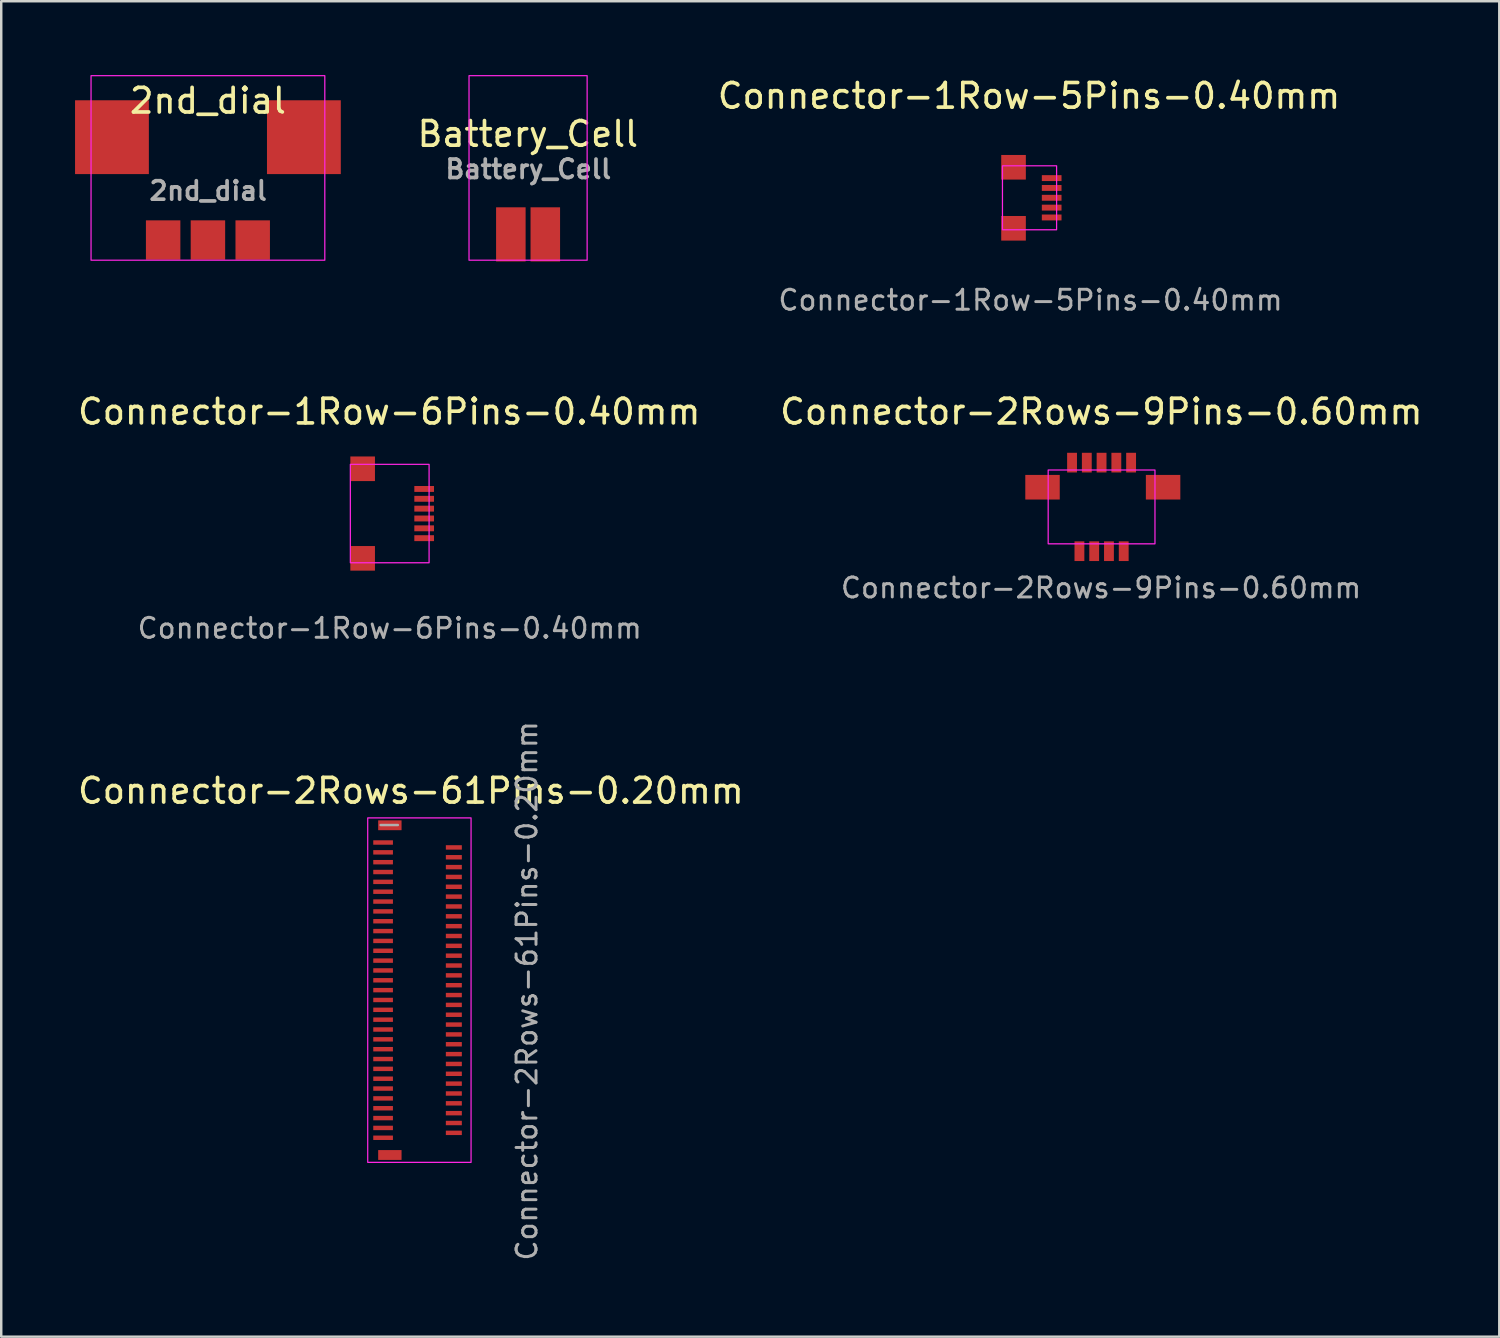
<source format=kicad_pcb>
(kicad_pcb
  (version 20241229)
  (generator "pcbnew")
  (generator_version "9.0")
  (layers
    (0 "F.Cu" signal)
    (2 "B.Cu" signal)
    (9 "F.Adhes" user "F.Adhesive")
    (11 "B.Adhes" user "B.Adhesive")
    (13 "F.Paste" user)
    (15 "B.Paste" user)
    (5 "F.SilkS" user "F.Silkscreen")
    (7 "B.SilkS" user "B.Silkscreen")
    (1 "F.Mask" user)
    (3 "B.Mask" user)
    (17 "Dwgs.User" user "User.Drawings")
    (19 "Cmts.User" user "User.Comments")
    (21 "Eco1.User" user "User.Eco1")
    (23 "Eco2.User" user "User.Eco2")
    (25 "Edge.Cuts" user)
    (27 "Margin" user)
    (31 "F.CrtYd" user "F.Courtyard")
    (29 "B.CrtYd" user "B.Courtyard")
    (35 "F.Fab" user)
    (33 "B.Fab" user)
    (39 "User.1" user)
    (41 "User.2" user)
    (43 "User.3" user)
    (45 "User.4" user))
  (footprint "2nd_dial"
    (layer "F.Cu")
    (at 5.4 2.525)
    (property "Reference" "2nd_dial" (at 0 -1.48 0) (layer "F.SilkS") (effects (font (size 1 1) (thickness 0.15))))
    (attr smd)
    (fp_rect (start -4.75 -2.5) (end 4.75 5) (stroke (width 0.05) (type default)) (fill no) (layer "F.CrtYd"))
    (fp_text user "${REFERENCE}" (at 0.01 2.18 0) (layer "F.Fab") (effects (font (size 0.75 0.75) (thickness 0.15))))
    (pad "" smd roundrect (at -3.9 0) (size 1.4 2) (layers "F.Mask" "F.Paste") (roundrect_rratio 0.1))
    (pad "" smd roundrect (at -1.82 4.18) (size 1 1) (layers "F.Mask" "F.Paste") (roundrect_rratio 0.179))
    (pad "" smd roundrect (at 0.01 4.2) (size 1 1) (layers "F.Mask" "F.Paste") (roundrect_rratio 0.179))
    (pad "" smd roundrect (at 1.83 4.2) (size 1 1) (layers "F.Mask" "F.Paste") (roundrect_rratio 0.179))
    (pad "" smd roundrect (at 3.91 0.01) (size 1.4 2) (layers "F.Mask" "F.Paste") (roundrect_rratio 0.1))
    (pad "1" smd rect (at -1.82 4.18) (size 1.4 1.6) (layers "F.Cu"))
    (pad "2" smd rect (at 0 4.18) (size 1.4 1.6) (layers "F.Cu"))
    (pad "3" smd rect (at 1.82 4.18) (size 1.4 1.6) (layers "F.Cu"))
    (pad "SH" smd rect (at -3.9 0) (size 3 3) (layers "F.Cu"))
    (pad "SH" smd rect (at 3.9 0) (size 3 3) (layers "F.Cu")))
  (footprint "Connector-1Row-6Pins-0.40mm"
    (layer "F.Cu")
    (at 12.788 17.821)
    (property "Reference" "Connector-1Row-6Pins-0.40mm" (at -0.02 -4.14 0) (layer "F.SilkS") (effects (font (size 1 1) (thickness 0.15))))
    (attr smd)
    (fp_rect (start -1.6 -2) (end 1.6 2) (stroke (width 0.05) (type solid)) (fill no) (layer "F.CrtYd"))
    (fp_text user "${REFERENCE}" (at 0 4.66 0) (layer "F.Fab") (effects (font (size 0.81 0.81) (thickness 0.12))))
    (pad "" smd roundrect (at -1.1 1.82) (size 0.5 0.5) (layers "F.Mask" "F.Paste") (roundrect_rratio 0.25))
    (pad "" smd roundrect (at -1.09 -1.82) (size 0.5 0.5) (layers "F.Mask" "F.Paste") (roundrect_rratio 0.25))
    (pad "1" smd rect (at 1.4 -1) (size 0.8 0.24) (layers "F.Cu" "F.Mask" "F.Paste"))
    (pad "2" smd rect (at 1.4 -0.6) (size 0.8 0.24) (layers "F.Cu" "F.Mask" "F.Paste"))
    (pad "3" smd rect (at 1.4 -0.2) (size 0.8 0.24) (layers "F.Cu" "F.Mask" "F.Paste"))
    (pad "4" smd rect (at 1.4 0.2) (size 0.8 0.24) (layers "F.Cu" "F.Mask" "F.Paste"))
    (pad "5" smd rect (at 1.4 0.6) (size 0.8 0.24) (layers "F.Cu" "F.Mask" "F.Paste"))
    (pad "6" smd rect (at 1.4 1) (size 0.8 0.24) (layers "F.Cu" "F.Mask" "F.Paste"))
    (pad "SH" smd rect (at -1.1 -1.82) (size 1 1) (layers "F.Cu"))
    (pad "SH" smd rect (at -1.1 1.82) (size 1 1) (layers "F.Cu")))
  (footprint "Battery_Cell"
    (layer "F.Cu")
    (at 18.411 3.775)
    (property "Reference" "Battery_Cell" (at -0.01 -1.38 0) (layer "F.SilkS") (effects (font (size 1 1) (thickness 0.15))))
    (attr smd)
    (fp_rect (start -2.4 -3.75) (end 2.4 3.75) (stroke (width 0.05) (type default)) (fill no) (layer "F.CrtYd"))
    (fp_text user "${REFERENCE}" (at 0.01 0.05 0) (layer "F.Fab") (effects (font (size 0.75 0.75) (thickness 0.15))))
    (pad "" smd roundrect (at -0.7 2.8) (size 0.8 1.4) (layers "F.Mask" "F.Paste") (roundrect_rratio 0.1))
    (pad "" smd roundrect (at 0.7 2.8) (size 0.8 1.4) (layers "F.Mask" "F.Paste") (roundrect_rratio 0.1))
    (pad "1" smd rect (at 0.7 2.7) (size 1.2 2.2) (layers "F.Cu"))
    (pad "2" smd rect (at -0.7 2.7) (size 1.2 2.2) (layers "F.Cu")))
  (footprint "Connector-2Rows-61Pins-0.20mm"
    (layer "F.Cu")
    (at 13.994 37.189)
    (property "Reference" "Connector-2Rows-61Pins-0.20mm" (at -0.345 -8.1 0) (layer "F.SilkS") (effects (font (size 1 1) (thickness 0.15))))
    (attr smd)
    (fp_rect (start -2.1 -7) (end 2.1 7) (stroke (width 0.05) (type solid)) (fill no) (layer "F.CrtYd"))
    (fp_line (start -1.575 -6.71) (end -0.875 -6.71) (stroke (width 0.1) (type solid)) (layer "F.Fab"))
    (fp_text user "${REFERENCE}" (at 4.37 0.03 90) (layer "F.Fab") (effects (font (size 0.81 0.81) (thickness 0.12))))
    (pad "" smd rect (at -1.2 -6.7) (size 0.95 0.4) (layers "F.Cu" "F.Mask" "F.Paste"))
    (pad "" smd rect (at -1.2 6.7) (size 0.95 0.4) (layers "F.Cu" "F.Mask" "F.Paste"))
    (pad "1" smd rect (at -1.475 -6) (size 0.8 0.18) (layers "F.Cu" "F.Mask" "F.Paste"))
    (pad "2" smd rect (at 1.4 -5.8) (size 0.65 0.18) (layers "F.Cu" "F.Mask" "F.Paste"))
    (pad "3" smd rect (at -1.475 -5.6) (size 0.8 0.18) (layers "F.Cu" "F.Mask" "F.Paste"))
    (pad "4" smd rect (at 1.4 -5.4) (size 0.65 0.18) (layers "F.Cu" "F.Mask" "F.Paste"))
    (pad "5" smd rect (at -1.475 -5.2) (size 0.8 0.18) (layers "F.Cu" "F.Mask" "F.Paste"))
    (pad "6" smd rect (at 1.4 -5) (size 0.65 0.18) (layers "F.Cu" "F.Mask" "F.Paste"))
    (pad "7" smd rect (at -1.475 -4.8) (size 0.8 0.18) (layers "F.Cu" "F.Mask" "F.Paste"))
    (pad "8" smd rect (at 1.4 -4.6) (size 0.65 0.18) (layers "F.Cu" "F.Mask" "F.Paste"))
    (pad "9" smd rect (at -1.475 -4.4) (size 0.8 0.18) (layers "F.Cu" "F.Mask" "F.Paste"))
    (pad "10" smd rect (at 1.4 -4.2) (size 0.65 0.18) (layers "F.Cu" "F.Mask" "F.Paste"))
    (pad "11" smd rect (at -1.475 -4) (size 0.8 0.18) (layers "F.Cu" "F.Mask" "F.Paste"))
    (pad "12" smd rect (at 1.4 -3.8) (size 0.65 0.18) (layers "F.Cu" "F.Mask" "F.Paste"))
    (pad "13" smd rect (at -1.475 -3.6) (size 0.8 0.18) (layers "F.Cu" "F.Mask" "F.Paste"))
    (pad "14" smd rect (at 1.4 -3.4) (size 0.65 0.18) (layers "F.Cu" "F.Mask" "F.Paste"))
    (pad "15" smd rect (at -1.475 -3.2) (size 0.8 0.18) (layers "F.Cu" "F.Mask" "F.Paste"))
    (pad "16" smd rect (at 1.4 -3) (size 0.65 0.18) (layers "F.Cu" "F.Mask" "F.Paste"))
    (pad "17" smd rect (at -1.475 -2.8) (size 0.8 0.18) (layers "F.Cu" "F.Mask" "F.Paste"))
    (pad "18" smd rect (at 1.4 -2.6) (size 0.65 0.18) (layers "F.Cu" "F.Mask" "F.Paste"))
    (pad "19" smd rect (at -1.475 -2.4) (size 0.8 0.18) (layers "F.Cu" "F.Mask" "F.Paste"))
    (pad "20" smd rect (at 1.4 -2.2) (size 0.65 0.18) (layers "F.Cu" "F.Mask" "F.Paste"))
    (pad "21" smd rect (at -1.475 -2) (size 0.8 0.18) (layers "F.Cu" "F.Mask" "F.Paste"))
    (pad "22" smd rect (at 1.4 -1.8) (size 0.65 0.18) (layers "F.Cu" "F.Mask" "F.Paste"))
    (pad "23" smd rect (at -1.475 -1.6) (size 0.8 0.18) (layers "F.Cu" "F.Mask" "F.Paste"))
    (pad "24" smd rect (at 1.4 -1.4) (size 0.65 0.18) (layers "F.Cu" "F.Mask" "F.Paste"))
    (pad "25" smd rect (at -1.475 -1.2) (size 0.8 0.18) (layers "F.Cu" "F.Mask" "F.Paste"))
    (pad "26" smd rect (at 1.4 -1) (size 0.65 0.18) (layers "F.Cu" "F.Mask" "F.Paste"))
    (pad "27" smd rect (at -1.475 -0.8) (size 0.8 0.18) (layers "F.Cu" "F.Mask" "F.Paste"))
    (pad "28" smd rect (at 1.4 -0.6) (size 0.65 0.18) (layers "F.Cu" "F.Mask" "F.Paste"))
    (pad "29" smd rect (at -1.475 -0.4) (size 0.8 0.18) (layers "F.Cu" "F.Mask" "F.Paste"))
    (pad "30" smd rect (at 1.4 -0.2) (size 0.65 0.18) (layers "F.Cu" "F.Mask" "F.Paste"))
    (pad "31" smd rect (at -1.475 0) (size 0.8 0.18) (layers "F.Cu" "F.Mask" "F.Paste"))
    (pad "32" smd rect (at 1.4 0.2) (size 0.65 0.18) (layers "F.Cu" "F.Mask" "F.Paste"))
    (pad "33" smd rect (at -1.475 0.4) (size 0.8 0.18) (layers "F.Cu" "F.Mask" "F.Paste"))
    (pad "34" smd rect (at 1.4 0.6) (size 0.65 0.18) (layers "F.Cu" "F.Mask" "F.Paste"))
    (pad "35" smd rect (at -1.475 0.8) (size 0.8 0.18) (layers "F.Cu" "F.Mask" "F.Paste"))
    (pad "36" smd rect (at 1.4 1) (size 0.65 0.18) (layers "F.Cu" "F.Mask" "F.Paste"))
    (pad "37" smd rect (at -1.475 1.2) (size 0.8 0.18) (layers "F.Cu" "F.Mask" "F.Paste"))
    (pad "38" smd rect (at 1.4 1.4) (size 0.65 0.18) (layers "F.Cu" "F.Mask" "F.Paste"))
    (pad "39" smd rect (at -1.475 1.6) (size 0.8 0.18) (layers "F.Cu" "F.Mask" "F.Paste"))
    (pad "40" smd rect (at 1.4 1.8) (size 0.65 0.18) (layers "F.Cu" "F.Mask" "F.Paste"))
    (pad "41" smd rect (at -1.475 2) (size 0.8 0.18) (layers "F.Cu" "F.Mask" "F.Paste"))
    (pad "42" smd rect (at 1.4 2.2) (size 0.65 0.18) (layers "F.Cu" "F.Mask" "F.Paste"))
    (pad "43" smd rect (at -1.475 2.4) (size 0.8 0.18) (layers "F.Cu" "F.Mask" "F.Paste"))
    (pad "44" smd rect (at 1.4 2.6) (size 0.65 0.18) (layers "F.Cu" "F.Mask" "F.Paste"))
    (pad "45" smd rect (at -1.475 2.8) (size 0.8 0.18) (layers "F.Cu" "F.Mask" "F.Paste"))
    (pad "46" smd rect (at 1.4 3) (size 0.65 0.18) (layers "F.Cu" "F.Mask" "F.Paste"))
    (pad "47" smd rect (at -1.475 3.2) (size 0.8 0.18) (layers "F.Cu" "F.Mask" "F.Paste"))
    (pad "48" smd rect (at 1.4 3.4) (size 0.65 0.18) (layers "F.Cu" "F.Mask" "F.Paste"))
    (pad "49" smd rect (at -1.475 3.6) (size 0.8 0.18) (layers "F.Cu" "F.Mask" "F.Paste"))
    (pad "50" smd rect (at 1.4 3.8) (size 0.65 0.18) (layers "F.Cu" "F.Mask" "F.Paste"))
    (pad "51" smd rect (at -1.475 4) (size 0.8 0.18) (layers "F.Cu" "F.Mask" "F.Paste"))
    (pad "52" smd rect (at 1.4 4.2) (size 0.65 0.18) (layers "F.Cu" "F.Mask" "F.Paste"))
    (pad "53" smd rect (at -1.475 4.4) (size 0.8 0.18) (layers "F.Cu" "F.Mask" "F.Paste"))
    (pad "54" smd rect (at 1.4 4.6) (size 0.65 0.18) (layers "F.Cu" "F.Mask" "F.Paste"))
    (pad "55" smd rect (at -1.475 4.8) (size 0.8 0.18) (layers "F.Cu" "F.Mask" "F.Paste"))
    (pad "56" smd rect (at 1.4 5) (size 0.65 0.18) (layers "F.Cu" "F.Mask" "F.Paste"))
    (pad "57" smd rect (at -1.475 5.2) (size 0.8 0.18) (layers "F.Cu" "F.Mask" "F.Paste"))
    (pad "58" smd rect (at 1.4 5.4) (size 0.65 0.18) (layers "F.Cu" "F.Mask" "F.Paste"))
    (pad "59" smd rect (at -1.475 5.6) (size 0.8 0.18) (layers "F.Cu" "F.Mask" "F.Paste"))
    (pad "60" smd rect (at 1.4 5.8) (size 0.65 0.18) (layers "F.Cu" "F.Mask" "F.Paste"))
    (pad "61" smd rect (at -1.475 6) (size 0.8 0.18) (layers "F.Cu" "F.Mask" "F.Paste")))
  (footprint "Connector-1Row-5Pins-0.40mm"
    (layer "F.Cu")
    (at 38.79 4.988)
    (property "Reference" "Connector-1Row-5Pins-0.40mm" (at -0.02 -4.14 0) (layer "F.SilkS") (effects (font (size 1 1) (thickness 0.15))))
    (attr smd)
    (fp_rect (start -1.1 -1.3) (end 1.1 1.3) (stroke (width 0.05) (type solid)) (fill no) (layer "F.CrtYd"))
    (fp_text user "${REFERENCE}" (at 0.04 4.16 0) (layer "F.Fab") (effects (font (size 0.81 0.81) (thickness 0.12))))
    (pad "" smd roundrect (at -0.65 -1.24) (size 0.5 0.5) (layers "F.Mask" "F.Paste") (roundrect_rratio 0.25))
    (pad "" smd roundrect (at -0.65 1.24) (size 0.5 0.5) (layers "F.Mask" "F.Paste") (roundrect_rratio 0.25))
    (pad "1" smd rect (at 0.9 -0.8) (size 0.8 0.24) (layers "F.Cu" "F.Mask" "F.Paste"))
    (pad "2" smd rect (at 0.9 -0.4) (size 0.8 0.24) (layers "F.Cu" "F.Mask" "F.Paste"))
    (pad "3" smd rect (at 0.9 0) (size 0.8 0.24) (layers "F.Cu" "F.Mask" "F.Paste"))
    (pad "4" smd rect (at 0.9 0.4) (size 0.8 0.24) (layers "F.Cu" "F.Mask" "F.Paste"))
    (pad "5" smd rect (at 0.9 0.8) (size 0.8 0.24) (layers "F.Cu" "F.Mask" "F.Paste"))
    (pad "SH" smd rect (at -0.65 -1.24) (size 1 1) (layers "F.Cu"))
    (pad "SH" smd rect (at -0.65 1.24) (size 1 1) (layers "F.Cu")))
  (footprint "Connector-2Rows-9Pins-0.60mm"
    (layer "F.Cu")
    (at 41.718 17.551)
    (property "Reference" "Connector-2Rows-9Pins-0.60mm" (at -0.01 -3.87 0) (layer "F.SilkS") (effects (font (size 1 1) (thickness 0.15))))
    (attr smd)
    (fp_rect (start -2.17 -1.5) (end 2.17 1.5) (stroke (width 0.05) (type solid)) (fill no) (layer "F.CrtYd"))
    (fp_text user "${REFERENCE}" (at -0.02 3.29 0) (layer "F.Fab") (effects (font (size 0.81 0.81) (thickness 0.12))))
    (pad "" smd roundrect (at -2.5 -0.8) (size 0.8 0.8) (layers "F.Mask" "F.Paste") (roundrect_rratio 0.25))
    (pad "" smd roundrect (at 2.5 -0.8) (size 0.8 0.8) (layers "F.Mask" "F.Paste") (roundrect_rratio 0.25))
    (pad "1" smd rect (at -1.2 -1.8) (size 0.4 0.8) (layers "F.Cu" "F.Mask" "F.Paste"))
    (pad "2" smd rect (at -0.9 1.8) (size 0.4 0.8) (layers "F.Cu" "F.Mask" "F.Paste"))
    (pad "3" smd rect (at -0.6 -1.8) (size 0.4 0.8) (layers "F.Cu" "F.Mask" "F.Paste"))
    (pad "4" smd rect (at -0.3 1.8) (size 0.4 0.8) (layers "F.Cu" "F.Mask" "F.Paste"))
    (pad "5" smd rect (at 0 -1.8) (size 0.4 0.8) (layers "F.Cu" "F.Mask" "F.Paste"))
    (pad "6" smd rect (at 0.3 1.8) (size 0.4 0.8) (layers "F.Cu" "F.Mask" "F.Paste"))
    (pad "7" smd rect (at 0.6 -1.8) (size 0.4 0.8) (layers "F.Cu" "F.Mask" "F.Paste"))
    (pad "8" smd rect (at 0.9 1.8) (size 0.4 0.8) (layers "F.Cu" "F.Mask" "F.Paste"))
    (pad "9" smd rect (at 1.2 -1.8 180) (size 0.4 0.8) (layers "F.Cu" "F.Mask" "F.Paste"))
    (pad "SH" smd rect (at -2.4 -0.8) (size 1.4 1) (layers "F.Cu"))
    (pad "SH" smd rect (at 2.5 -0.8) (size 1.4 1) (layers "F.Cu")))
  (gr_rect
    (start -3 -3)
    (end 57.881 51.272)
    (stroke (width 0.1) (type default))
    (fill no)
    (layer "Edge.Cuts")))
</source>
